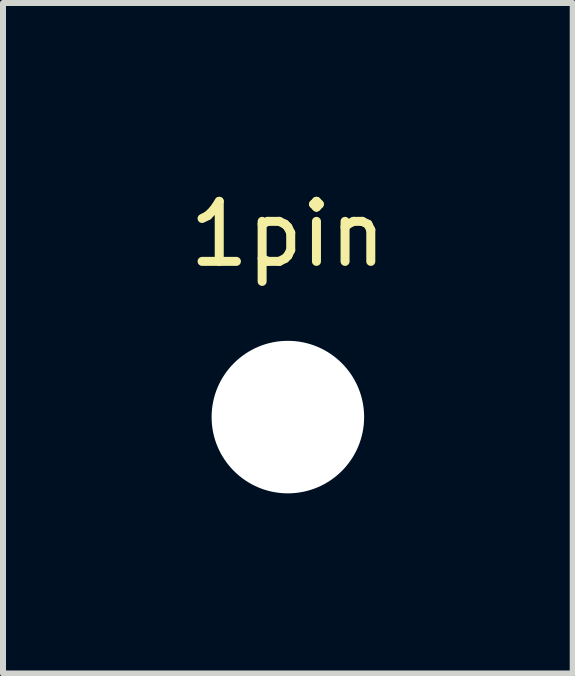
<source format=kicad_pcb>
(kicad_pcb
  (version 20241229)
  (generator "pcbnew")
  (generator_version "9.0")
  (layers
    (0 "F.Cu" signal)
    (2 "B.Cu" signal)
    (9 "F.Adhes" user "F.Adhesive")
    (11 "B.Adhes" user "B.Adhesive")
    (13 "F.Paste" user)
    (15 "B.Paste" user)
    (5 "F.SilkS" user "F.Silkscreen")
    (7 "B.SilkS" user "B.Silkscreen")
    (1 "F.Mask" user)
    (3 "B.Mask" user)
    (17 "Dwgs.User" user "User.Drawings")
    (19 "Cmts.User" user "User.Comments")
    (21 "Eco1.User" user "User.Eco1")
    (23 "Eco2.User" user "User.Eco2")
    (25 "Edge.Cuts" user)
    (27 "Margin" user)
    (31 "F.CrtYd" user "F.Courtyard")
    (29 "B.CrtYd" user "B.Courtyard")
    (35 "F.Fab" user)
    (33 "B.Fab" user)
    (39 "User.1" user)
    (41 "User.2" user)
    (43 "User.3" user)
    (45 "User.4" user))
  (footprint "1pin"
    (layer "F.Cu")
    (at 1.744 3.896)
    (property "Reference" "1pin" (at 0 -3.048 0) (layer "F.SilkS") (effects (font (size 1 1) (thickness 0.15))))
    (attr through_hole)
    (pad "" np_thru_hole circle (at 0 0) (size 2.54 2.54) (drill 2.54) (layers "*.Cu" "*.Mask")))
  (gr_rect
    (start -3 -3)
    (end 6.488 8.166)
    (stroke (width 0.1) (type default))
    (fill no)
    (layer "Edge.Cuts")))
</source>
